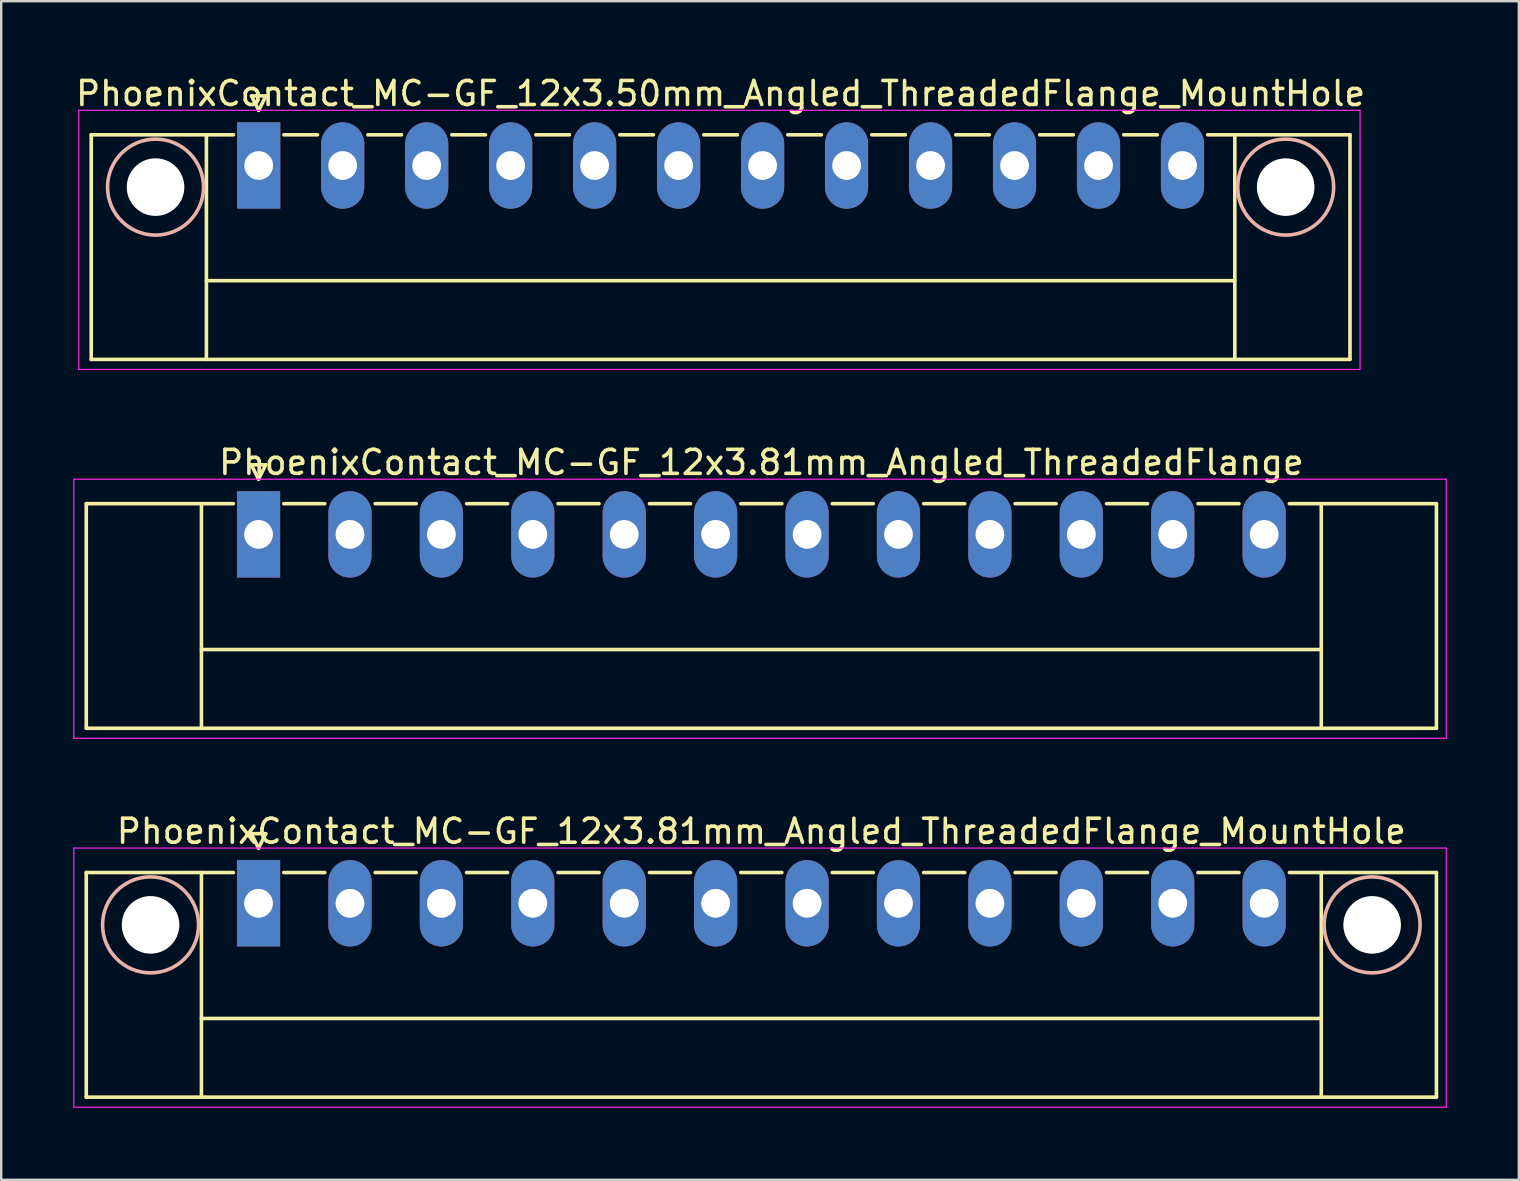
<source format=kicad_pcb>
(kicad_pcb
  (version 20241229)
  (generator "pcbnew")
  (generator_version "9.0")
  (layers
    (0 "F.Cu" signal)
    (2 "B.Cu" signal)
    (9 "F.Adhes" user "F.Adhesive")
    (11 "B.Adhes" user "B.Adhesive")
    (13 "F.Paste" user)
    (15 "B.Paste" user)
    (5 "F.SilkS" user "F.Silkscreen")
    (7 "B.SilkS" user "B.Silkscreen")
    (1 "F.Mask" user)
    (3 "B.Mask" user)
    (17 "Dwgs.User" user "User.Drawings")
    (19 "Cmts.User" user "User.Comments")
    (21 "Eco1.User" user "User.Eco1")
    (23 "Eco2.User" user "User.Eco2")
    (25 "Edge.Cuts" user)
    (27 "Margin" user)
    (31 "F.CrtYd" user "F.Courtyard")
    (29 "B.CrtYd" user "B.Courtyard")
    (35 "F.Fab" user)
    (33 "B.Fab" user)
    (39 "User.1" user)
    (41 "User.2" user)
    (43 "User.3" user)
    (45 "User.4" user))
  (footprint "PhoenixContact_MC-GF_12x3.50mm_Angled_ThreadedFlange_MountHole"
    (layer "F.Cu")
    (at 7.732 3.848)
    (property "Reference" "PhoenixContact_MC-GF_12x3.50mm_Angled_ThreadedFlange_MountHole" (at 19.25 -3 0) (layer "F.SilkS") (effects (font (size 1 1) (thickness 0.15))))
    (attr through_hole)
    (fp_line (start -6.98 -1.28) (end -6.98 8.08) (stroke (width 0.15) (type solid)) (layer "F.SilkS"))
    (fp_line (start -6.98 -1.28) (end -1.05 -1.28) (stroke (width 0.15) (type solid)) (layer "F.SilkS"))
    (fp_line (start -6.98 8.08) (end 45.48 8.08) (stroke (width 0.15) (type solid)) (layer "F.SilkS"))
    (fp_line (start -2.18 -1.28) (end -2.18 8.08) (stroke (width 0.15) (type solid)) (layer "F.SilkS"))
    (fp_line (start -2.18 4.8) (end 40.68 4.8) (stroke (width 0.15) (type solid)) (layer "F.SilkS"))
    (fp_line (start -0.3 -2.9) (end 0 -2.3) (stroke (width 0.15) (type solid)) (layer "F.SilkS"))
    (fp_line (start 0 -2.3) (end 0.3 -2.9) (stroke (width 0.15) (type solid)) (layer "F.SilkS"))
    (fp_line (start 0.3 -2.9) (end -0.3 -2.9) (stroke (width 0.15) (type solid)) (layer "F.SilkS"))
    (fp_line (start 1.05 -1.28) (end 2.45 -1.28) (stroke (width 0.15) (type solid)) (layer "F.SilkS"))
    (fp_line (start 4.55 -1.28) (end 5.95 -1.28) (stroke (width 0.15) (type solid)) (layer "F.SilkS"))
    (fp_line (start 8.05 -1.28) (end 9.45 -1.28) (stroke (width 0.15) (type solid)) (layer "F.SilkS"))
    (fp_line (start 11.55 -1.28) (end 12.95 -1.28) (stroke (width 0.15) (type solid)) (layer "F.SilkS"))
    (fp_line (start 15.05 -1.28) (end 16.45 -1.28) (stroke (width 0.15) (type solid)) (layer "F.SilkS"))
    (fp_line (start 18.55 -1.28) (end 19.95 -1.28) (stroke (width 0.15) (type solid)) (layer "F.SilkS"))
    (fp_line (start 22.05 -1.28) (end 23.45 -1.28) (stroke (width 0.15) (type solid)) (layer "F.SilkS"))
    (fp_line (start 25.55 -1.28) (end 26.95 -1.28) (stroke (width 0.15) (type solid)) (layer "F.SilkS"))
    (fp_line (start 29.05 -1.28) (end 30.45 -1.28) (stroke (width 0.15) (type solid)) (layer "F.SilkS"))
    (fp_line (start 32.55 -1.28) (end 33.95 -1.28) (stroke (width 0.15) (type solid)) (layer "F.SilkS"))
    (fp_line (start 36.05 -1.28) (end 37.45 -1.28) (stroke (width 0.15) (type solid)) (layer "F.SilkS"))
    (fp_line (start 40.68 -1.28) (end 40.68 8.08) (stroke (width 0.15) (type solid)) (layer "F.SilkS"))
    (fp_line (start 45.48 -1.28) (end 39.55 -1.28) (stroke (width 0.15) (type solid)) (layer "F.SilkS"))
    (fp_line (start 45.48 8.08) (end 45.48 -1.28) (stroke (width 0.15) (type solid)) (layer "F.SilkS"))
    (fp_circle (center -4.3 0.9) (end -2.3 0.9) (stroke (width 0.15) (type solid)) (fill no) (layer "B.SilkS"))
    (fp_circle (center 42.8 0.9) (end 44.8 0.9) (stroke (width 0.15) (type solid)) (fill no) (layer "B.SilkS"))
    (fp_line (start -7.5 -2.3) (end -7.5 8.5) (stroke (width 0.05) (type solid)) (layer "F.CrtYd"))
    (fp_line (start -7.5 8.5) (end 45.9 8.5) (stroke (width 0.05) (type solid)) (layer "F.CrtYd"))
    (fp_line (start 45.9 -2.3) (end -7.5 -2.3) (stroke (width 0.05) (type solid)) (layer "F.CrtYd"))
    (fp_line (start 45.9 8.5) (end 45.9 -2.3) (stroke (width 0.05) (type solid)) (layer "F.CrtYd"))
    (pad "" np_thru_hole circle (at -4.3 0.9) (size 2.4 2.4) (drill 2.4) (layers "*.Cu" "*.Mask"))
    (pad "" np_thru_hole circle (at 42.8 0.9) (size 2.4 2.4) (drill 2.4) (layers "*.Cu" "*.Mask"))
    (pad "1" thru_hole rect (at 0 0) (size 1.8 3.6) (drill 1.2) (layers "*.Cu" "*.Mask"))
    (pad "2" thru_hole oval (at 3.5 0) (size 1.8 3.6) (drill 1.2) (layers "*.Cu" "*.Mask"))
    (pad "3" thru_hole oval (at 7 0) (size 1.8 3.6) (drill 1.2) (layers "*.Cu" "*.Mask"))
    (pad "4" thru_hole oval (at 10.5 0) (size 1.8 3.6) (drill 1.2) (layers "*.Cu" "*.Mask"))
    (pad "5" thru_hole oval (at 14 0) (size 1.8 3.6) (drill 1.2) (layers "*.Cu" "*.Mask"))
    (pad "6" thru_hole oval (at 17.5 0) (size 1.8 3.6) (drill 1.2) (layers "*.Cu" "*.Mask"))
    (pad "7" thru_hole oval (at 21 0) (size 1.8 3.6) (drill 1.2) (layers "*.Cu" "*.Mask"))
    (pad "8" thru_hole oval (at 24.5 0) (size 1.8 3.6) (drill 1.2) (layers "*.Cu" "*.Mask"))
    (pad "9" thru_hole oval (at 28 0) (size 1.8 3.6) (drill 1.2) (layers "*.Cu" "*.Mask"))
    (pad "10" thru_hole oval (at 31.5 0) (size 1.8 3.6) (drill 1.2) (layers "*.Cu" "*.Mask"))
    (pad "11" thru_hole oval (at 35 0) (size 1.8 3.6) (drill 1.2) (layers "*.Cu" "*.Mask"))
    (pad "12" thru_hole oval (at 38.5 0) (size 1.8 3.6) (drill 1.2) (layers "*.Cu" "*.Mask")))
  (footprint "PhoenixContact_MC-GF_12x3.81mm_Angled_ThreadedFlange_MountHole"
    (layer "F.Cu")
    (at 7.725 34.595)
    (property "Reference" "PhoenixContact_MC-GF_12x3.81mm_Angled_ThreadedFlange_MountHole" (at 20.955 -3 0) (layer "F.SilkS") (effects (font (size 1 1) (thickness 0.15))))
    (attr through_hole)
    (fp_line (start -7.18 -1.28) (end -7.18 8.08) (stroke (width 0.15) (type solid)) (layer "F.SilkS"))
    (fp_line (start -7.18 -1.28) (end -1.05 -1.28) (stroke (width 0.15) (type solid)) (layer "F.SilkS"))
    (fp_line (start -7.18 8.08) (end 49.09 8.08) (stroke (width 0.15) (type solid)) (layer "F.SilkS"))
    (fp_line (start -2.38 -1.28) (end -2.38 8.08) (stroke (width 0.15) (type solid)) (layer "F.SilkS"))
    (fp_line (start -2.38 4.8) (end 44.29 4.8) (stroke (width 0.15) (type solid)) (layer "F.SilkS"))
    (fp_line (start -0.3 -2.9) (end 0 -2.3) (stroke (width 0.15) (type solid)) (layer "F.SilkS"))
    (fp_line (start 0 -2.3) (end 0.3 -2.9) (stroke (width 0.15) (type solid)) (layer "F.SilkS"))
    (fp_line (start 0.3 -2.9) (end -0.3 -2.9) (stroke (width 0.15) (type solid)) (layer "F.SilkS"))
    (fp_line (start 1.05 -1.28) (end 2.76 -1.28) (stroke (width 0.15) (type solid)) (layer "F.SilkS"))
    (fp_line (start 4.86 -1.28) (end 6.57 -1.28) (stroke (width 0.15) (type solid)) (layer "F.SilkS"))
    (fp_line (start 8.67 -1.28) (end 10.38 -1.28) (stroke (width 0.15) (type solid)) (layer "F.SilkS"))
    (fp_line (start 12.48 -1.28) (end 14.19 -1.28) (stroke (width 0.15) (type solid)) (layer "F.SilkS"))
    (fp_line (start 16.29 -1.28) (end 18 -1.28) (stroke (width 0.15) (type solid)) (layer "F.SilkS"))
    (fp_line (start 20.1 -1.28) (end 21.81 -1.28) (stroke (width 0.15) (type solid)) (layer "F.SilkS"))
    (fp_line (start 23.91 -1.28) (end 25.62 -1.28) (stroke (width 0.15) (type solid)) (layer "F.SilkS"))
    (fp_line (start 27.72 -1.28) (end 29.43 -1.28) (stroke (width 0.15) (type solid)) (layer "F.SilkS"))
    (fp_line (start 31.53 -1.28) (end 33.24 -1.28) (stroke (width 0.15) (type solid)) (layer "F.SilkS"))
    (fp_line (start 35.34 -1.28) (end 37.05 -1.28) (stroke (width 0.15) (type solid)) (layer "F.SilkS"))
    (fp_line (start 39.15 -1.28) (end 40.86 -1.28) (stroke (width 0.15) (type solid)) (layer "F.SilkS"))
    (fp_line (start 44.29 -1.28) (end 44.29 8.08) (stroke (width 0.15) (type solid)) (layer "F.SilkS"))
    (fp_line (start 49.09 -1.28) (end 42.96 -1.28) (stroke (width 0.15) (type solid)) (layer "F.SilkS"))
    (fp_line (start 49.09 8.08) (end 49.09 -1.28) (stroke (width 0.15) (type solid)) (layer "F.SilkS"))
    (fp_circle (center -4.5 0.9) (end -2.5 0.9) (stroke (width 0.15) (type solid)) (fill no) (layer "B.SilkS"))
    (fp_circle (center 46.41 0.9) (end 48.41 0.9) (stroke (width 0.15) (type solid)) (fill no) (layer "B.SilkS"))
    (fp_line (start -7.7 -2.3) (end -7.7 8.5) (stroke (width 0.05) (type solid)) (layer "F.CrtYd"))
    (fp_line (start -7.7 8.5) (end 49.5 8.5) (stroke (width 0.05) (type solid)) (layer "F.CrtYd"))
    (fp_line (start 49.5 -2.3) (end -7.7 -2.3) (stroke (width 0.05) (type solid)) (layer "F.CrtYd"))
    (fp_line (start 49.5 8.5) (end 49.5 -2.3) (stroke (width 0.05) (type solid)) (layer "F.CrtYd"))
    (pad "" np_thru_hole circle (at -4.5 0.9) (size 2.4 2.4) (drill 2.4) (layers "*.Cu" "*.Mask"))
    (pad "" np_thru_hole circle (at 46.41 0.9) (size 2.4 2.4) (drill 2.4) (layers "*.Cu" "*.Mask"))
    (pad "1" thru_hole rect (at 0 0) (size 1.8 3.6) (drill 1.2) (layers "*.Cu" "*.Mask"))
    (pad "2" thru_hole oval (at 3.81 0) (size 1.8 3.6) (drill 1.2) (layers "*.Cu" "*.Mask"))
    (pad "3" thru_hole oval (at 7.62 0) (size 1.8 3.6) (drill 1.2) (layers "*.Cu" "*.Mask"))
    (pad "4" thru_hole oval (at 11.43 0) (size 1.8 3.6) (drill 1.2) (layers "*.Cu" "*.Mask"))
    (pad "5" thru_hole oval (at 15.24 0) (size 1.8 3.6) (drill 1.2) (layers "*.Cu" "*.Mask"))
    (pad "6" thru_hole oval (at 19.05 0) (size 1.8 3.6) (drill 1.2) (layers "*.Cu" "*.Mask"))
    (pad "7" thru_hole oval (at 22.86 0) (size 1.8 3.6) (drill 1.2) (layers "*.Cu" "*.Mask"))
    (pad "8" thru_hole oval (at 26.67 0) (size 1.8 3.6) (drill 1.2) (layers "*.Cu" "*.Mask"))
    (pad "9" thru_hole oval (at 30.48 0) (size 1.8 3.6) (drill 1.2) (layers "*.Cu" "*.Mask"))
    (pad "10" thru_hole oval (at 34.29 0) (size 1.8 3.6) (drill 1.2) (layers "*.Cu" "*.Mask"))
    (pad "11" thru_hole oval (at 38.1 0) (size 1.8 3.6) (drill 1.2) (layers "*.Cu" "*.Mask"))
    (pad "12" thru_hole oval (at 41.91 0) (size 1.8 3.6) (drill 1.2) (layers "*.Cu" "*.Mask")))
  (footprint "PhoenixContact_MC-GF_12x3.81mm_Angled_ThreadedFlange"
    (layer "F.Cu")
    (at 7.725 19.221)
    (property "Reference" "PhoenixContact_MC-GF_12x3.81mm_Angled_ThreadedFlange" (at 20.955 -3 0) (layer "F.SilkS") (effects (font (size 1 1) (thickness 0.15))))
    (attr through_hole)
    (fp_line (start -7.18 -1.28) (end -7.18 8.08) (stroke (width 0.15) (type solid)) (layer "F.SilkS"))
    (fp_line (start -7.18 -1.28) (end -1.05 -1.28) (stroke (width 0.15) (type solid)) (layer "F.SilkS"))
    (fp_line (start -7.18 8.08) (end 49.09 8.08) (stroke (width 0.15) (type solid)) (layer "F.SilkS"))
    (fp_line (start -2.38 -1.28) (end -2.38 8.08) (stroke (width 0.15) (type solid)) (layer "F.SilkS"))
    (fp_line (start -2.38 4.8) (end 44.29 4.8) (stroke (width 0.15) (type solid)) (layer "F.SilkS"))
    (fp_line (start -0.3 -2.9) (end 0 -2.3) (stroke (width 0.15) (type solid)) (layer "F.SilkS"))
    (fp_line (start 0 -2.3) (end 0.3 -2.9) (stroke (width 0.15) (type solid)) (layer "F.SilkS"))
    (fp_line (start 0.3 -2.9) (end -0.3 -2.9) (stroke (width 0.15) (type solid)) (layer "F.SilkS"))
    (fp_line (start 1.05 -1.28) (end 2.76 -1.28) (stroke (width 0.15) (type solid)) (layer "F.SilkS"))
    (fp_line (start 4.86 -1.28) (end 6.57 -1.28) (stroke (width 0.15) (type solid)) (layer "F.SilkS"))
    (fp_line (start 8.67 -1.28) (end 10.38 -1.28) (stroke (width 0.15) (type solid)) (layer "F.SilkS"))
    (fp_line (start 12.48 -1.28) (end 14.19 -1.28) (stroke (width 0.15) (type solid)) (layer "F.SilkS"))
    (fp_line (start 16.29 -1.28) (end 18 -1.28) (stroke (width 0.15) (type solid)) (layer "F.SilkS"))
    (fp_line (start 20.1 -1.28) (end 21.81 -1.28) (stroke (width 0.15) (type solid)) (layer "F.SilkS"))
    (fp_line (start 23.91 -1.28) (end 25.62 -1.28) (stroke (width 0.15) (type solid)) (layer "F.SilkS"))
    (fp_line (start 27.72 -1.28) (end 29.43 -1.28) (stroke (width 0.15) (type solid)) (layer "F.SilkS"))
    (fp_line (start 31.53 -1.28) (end 33.24 -1.28) (stroke (width 0.15) (type solid)) (layer "F.SilkS"))
    (fp_line (start 35.34 -1.28) (end 37.05 -1.28) (stroke (width 0.15) (type solid)) (layer "F.SilkS"))
    (fp_line (start 39.15 -1.28) (end 40.86 -1.28) (stroke (width 0.15) (type solid)) (layer "F.SilkS"))
    (fp_line (start 44.29 -1.28) (end 44.29 8.08) (stroke (width 0.15) (type solid)) (layer "F.SilkS"))
    (fp_line (start 49.09 -1.28) (end 42.96 -1.28) (stroke (width 0.15) (type solid)) (layer "F.SilkS"))
    (fp_line (start 49.09 8.08) (end 49.09 -1.28) (stroke (width 0.15) (type solid)) (layer "F.SilkS"))
    (fp_line (start -7.7 -2.3) (end -7.7 8.5) (stroke (width 0.05) (type solid)) (layer "F.CrtYd"))
    (fp_line (start -7.7 8.5) (end 49.5 8.5) (stroke (width 0.05) (type solid)) (layer "F.CrtYd"))
    (fp_line (start 49.5 -2.3) (end -7.7 -2.3) (stroke (width 0.05) (type solid)) (layer "F.CrtYd"))
    (fp_line (start 49.5 8.5) (end 49.5 -2.3) (stroke (width 0.05) (type solid)) (layer "F.CrtYd"))
    (pad "1" thru_hole rect (at 0 0) (size 1.8 3.6) (drill 1.2) (layers "*.Cu" "*.Mask"))
    (pad "2" thru_hole oval (at 3.81 0) (size 1.8 3.6) (drill 1.2) (layers "*.Cu" "*.Mask"))
    (pad "3" thru_hole oval (at 7.62 0) (size 1.8 3.6) (drill 1.2) (layers "*.Cu" "*.Mask"))
    (pad "4" thru_hole oval (at 11.43 0) (size 1.8 3.6) (drill 1.2) (layers "*.Cu" "*.Mask"))
    (pad "5" thru_hole oval (at 15.24 0) (size 1.8 3.6) (drill 1.2) (layers "*.Cu" "*.Mask"))
    (pad "6" thru_hole oval (at 19.05 0) (size 1.8 3.6) (drill 1.2) (layers "*.Cu" "*.Mask"))
    (pad "7" thru_hole oval (at 22.86 0) (size 1.8 3.6) (drill 1.2) (layers "*.Cu" "*.Mask"))
    (pad "8" thru_hole oval (at 26.67 0) (size 1.8 3.6) (drill 1.2) (layers "*.Cu" "*.Mask"))
    (pad "9" thru_hole oval (at 30.48 0) (size 1.8 3.6) (drill 1.2) (layers "*.Cu" "*.Mask"))
    (pad "10" thru_hole oval (at 34.29 0) (size 1.8 3.6) (drill 1.2) (layers "*.Cu" "*.Mask"))
    (pad "11" thru_hole oval (at 38.1 0) (size 1.8 3.6) (drill 1.2) (layers "*.Cu" "*.Mask"))
    (pad "12" thru_hole oval (at 41.91 0) (size 1.8 3.6) (drill 1.2) (layers "*.Cu" "*.Mask")))
  (gr_rect
    (start -3 -3)
    (end 60.25 46.12)
    (stroke (width 0.1) (type default))
    (fill no)
    (layer "Edge.Cuts")))
</source>
